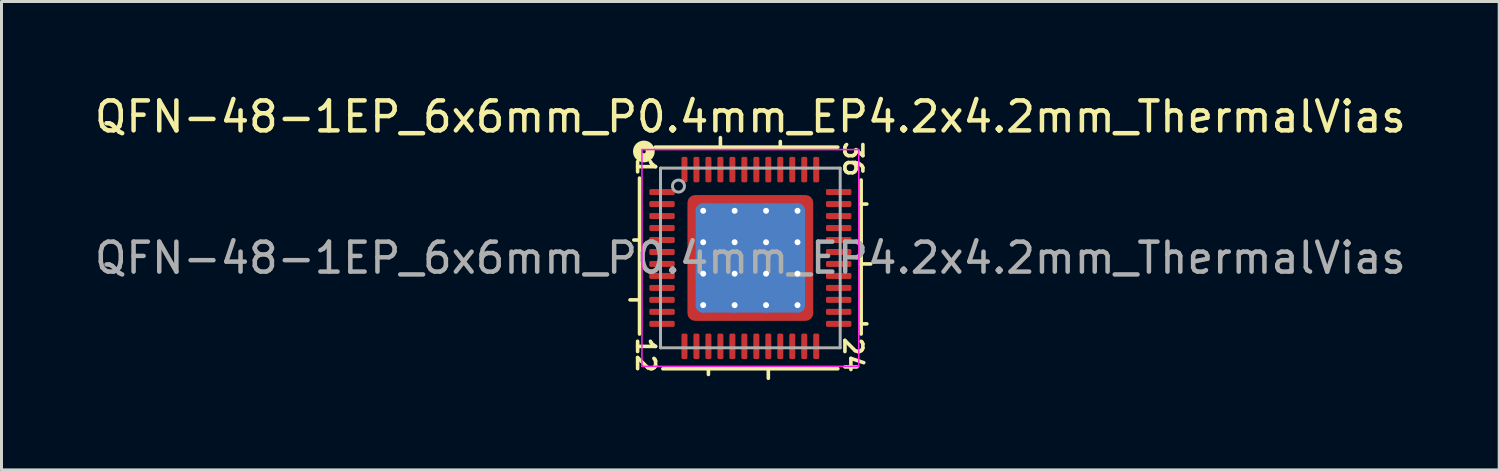
<source format=kicad_pcb>
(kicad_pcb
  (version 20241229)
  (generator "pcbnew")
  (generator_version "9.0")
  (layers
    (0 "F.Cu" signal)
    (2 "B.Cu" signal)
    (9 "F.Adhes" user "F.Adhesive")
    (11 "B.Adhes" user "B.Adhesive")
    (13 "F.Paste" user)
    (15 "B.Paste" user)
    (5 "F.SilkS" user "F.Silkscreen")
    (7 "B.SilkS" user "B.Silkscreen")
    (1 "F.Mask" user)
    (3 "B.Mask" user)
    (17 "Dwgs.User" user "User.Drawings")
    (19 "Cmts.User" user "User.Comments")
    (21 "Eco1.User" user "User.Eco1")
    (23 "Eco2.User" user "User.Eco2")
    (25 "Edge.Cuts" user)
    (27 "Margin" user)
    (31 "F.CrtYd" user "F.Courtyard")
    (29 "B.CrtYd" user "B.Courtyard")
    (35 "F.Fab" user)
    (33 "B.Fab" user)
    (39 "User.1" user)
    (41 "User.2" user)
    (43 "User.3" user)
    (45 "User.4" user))
  (footprint "QFN-48-1EP_6x6mm_P0.4mm_EP4.2x4.2mm_ThermalVias"
    (layer "F.Cu")
    (at 22.006 5.564)
    (property "Reference" "QFN-48-1EP_6x6mm_P0.4mm_EP4.2x4.2mm_ThermalVias" (at 0 -4.716 0) (layer "F.SilkS") (effects (font (size 1 1) (thickness 0.15))))
    (attr smd)
    (fp_line (start -3.7 -2.667) (end -3.7 2.54) (stroke (width 0.12) (type solid)) (layer "F.SilkS"))
    (fp_line (start -3.7 -0.6) (end -3.89 -0.6) (stroke (width 0.12) (type solid)) (layer "F.SilkS"))
    (fp_line (start -3.7 1.4) (end -4.018 1.4) (stroke (width 0.12) (type solid)) (layer "F.SilkS"))
    (fp_line (start -2.921 3.7) (end 2.921 3.7) (stroke (width 0.12) (type solid)) (layer "F.SilkS"))
    (fp_line (start -1.4 3.89) (end -1.4 3.7) (stroke (width 0.12) (type solid)) (layer "F.SilkS"))
    (fp_line (start -1 -3.7) (end -1 -4.018) (stroke (width 0.12) (type solid)) (layer "F.SilkS"))
    (fp_line (start 0.6 3.7) (end 0.6 4.018) (stroke (width 0.12) (type solid)) (layer "F.SilkS"))
    (fp_line (start 1 -3.7) (end 1 -3.89) (stroke (width 0.12) (type solid)) (layer "F.SilkS"))
    (fp_line (start 2.921 -3.7) (end -3.175 -3.7) (stroke (width 0.12) (type solid)) (layer "F.SilkS"))
    (fp_line (start 3.7 -1.8) (end 3.89 -1.8) (stroke (width 0.12) (type solid)) (layer "F.SilkS"))
    (fp_line (start 3.7 0.2) (end 4.018 0.2) (stroke (width 0.12) (type solid)) (layer "F.SilkS"))
    (fp_line (start 3.7 2.2) (end 3.89 2.2) (stroke (width 0.12) (type solid)) (layer "F.SilkS"))
    (fp_line (start 3.7 2.54) (end 3.7 -2.603) (stroke (width 0.12) (type solid)) (layer "F.SilkS"))
    (fp_circle (center -3.556 -3.556) (end -3.493 -3.556) (stroke (width 0.3) (type solid)) (fill no) (layer "F.SilkS"))
    (fp_line (start -3.62 -3.62) (end -3.62 3.62) (stroke (width 0.05) (type solid)) (layer "F.CrtYd"))
    (fp_line (start -3.62 3.62) (end 3.62 3.62) (stroke (width 0.05) (type solid)) (layer "F.CrtYd"))
    (fp_line (start 3.62 -3.62) (end -3.62 -3.62) (stroke (width 0.05) (type solid)) (layer "F.CrtYd"))
    (fp_line (start 3.62 3.62) (end 3.62 -3.62) (stroke (width 0.05) (type solid)) (layer "F.CrtYd"))
    (fp_line (start -3 -3) (end 3 -3) (stroke (width 0.1) (type solid)) (layer "F.Fab"))
    (fp_line (start -3 3) (end -3 -3) (stroke (width 0.1) (type solid)) (layer "F.Fab"))
    (fp_line (start 3 -3) (end 3 3) (stroke (width 0.1) (type solid)) (layer "F.Fab"))
    (fp_line (start 3 3) (end -3 3) (stroke (width 0.1) (type solid)) (layer "F.Fab"))
    (fp_circle (center -2.4 -2.4) (end -2.2 -2.4) (stroke (width 0.1) (type solid)) (fill no) (layer "F.Fab"))
    (fp_text user "12" (at -3.493 3.239 270) (unlocked yes) (layer "F.SilkS") (effects (font (size 0.6 0.6) (thickness 0.12))))
    (fp_text user "1" (at -3.493 -3.048 270) (unlocked yes) (layer "F.SilkS") (effects (font (size 0.6 0.6) (thickness 0.12))))
    (fp_text user "36" (at 3.429 -3.302 270) (unlocked yes) (layer "F.SilkS") (effects (font (size 0.6 0.6) (thickness 0.12))))
    (fp_text user "24" (at 3.429 3.239 270) (unlocked yes) (layer "F.SilkS") (effects (font (size 0.6 0.6) (thickness 0.12))))
    (fp_text user "${REFERENCE}" (at 0 0 0) (layer "F.Fab") (effects (font (size 1 1) (thickness 0.15))))
    (pad "" smd custom (at -1.837 -1.837) (size 0.295 0.295) (layers "F.Paste") (options (anchor circle)) (primitives (gr_poly (pts (xy 0.106 -0.013) (xy -0.013 0.106) (xy -0.106 0.106) (xy -0.106 -0.106) (xy 0.106 -0.106)) (width 0.212) (fill yes))))
    (pad "" smd custom (at -1.837 -1.05) (size 0.331 0.331) (layers "F.Paste") (options (anchor circle)) (primitives (gr_poly (pts (xy 0.12 -0.255) (xy 0.12 0.255) (xy 0.043 0.331) (xy -0.12 0.331) (xy -0.12 -0.331) (xy 0.043 -0.331)) (width 0.184) (fill yes))))
    (pad "" smd custom (at -1.837 0) (size 0.331 0.331) (layers "F.Paste") (options (anchor circle)) (primitives (gr_poly (pts (xy 0.12 -0.255) (xy 0.12 0.255) (xy 0.043 0.331) (xy -0.12 0.331) (xy -0.12 -0.331) (xy 0.043 -0.331)) (width 0.184) (fill yes))))
    (pad "" smd custom (at -1.837 1.05) (size 0.331 0.331) (layers "F.Paste") (options (anchor circle)) (primitives (gr_poly (pts (xy 0.12 -0.255) (xy 0.12 0.255) (xy 0.043 0.331) (xy -0.12 0.331) (xy -0.12 -0.331) (xy 0.043 -0.331)) (width 0.184) (fill yes))))
    (pad "" smd custom (at -1.837 1.837) (size 0.295 0.295) (layers "F.Paste") (options (anchor circle)) (primitives (gr_poly (pts (xy 0.106 0.013) (xy 0.106 0.106) (xy -0.106 0.106) (xy -0.106 -0.106) (xy -0.013 -0.106)) (width 0.212) (fill yes))))
    (pad "" smd custom (at -1.05 -1.837) (size 0.331 0.331) (layers "F.Paste") (options (anchor circle)) (primitives (gr_poly (pts (xy 0.331 0.043) (xy 0.255 0.12) (xy -0.255 0.12) (xy -0.331 0.043) (xy -0.331 -0.12) (xy 0.331 -0.12)) (width 0.184) (fill yes))))
    (pad "" smd roundrect (at -1.05 -1.05) (size 0.847 0.847) (layers "F.Paste") (roundrect_rratio 0.25))
    (pad "" smd roundrect (at -1.05 0) (size 0.847 0.847) (layers "F.Paste") (roundrect_rratio 0.25))
    (pad "" smd roundrect (at -1.05 1.05) (size 0.847 0.847) (layers "F.Paste") (roundrect_rratio 0.25))
    (pad "" smd custom (at -1.05 1.837) (size 0.331 0.331) (layers "F.Paste") (options (anchor circle)) (primitives (gr_poly (pts (xy 0.331 -0.043) (xy 0.331 0.12) (xy -0.331 0.12) (xy -0.331 -0.043) (xy -0.255 -0.12) (xy 0.255 -0.12)) (width 0.184) (fill yes))))
    (pad "" smd custom (at 0 -1.837) (size 0.331 0.331) (layers "F.Paste") (options (anchor circle)) (primitives (gr_poly (pts (xy 0.331 0.043) (xy 0.255 0.12) (xy -0.255 0.12) (xy -0.331 0.043) (xy -0.331 -0.12) (xy 0.331 -0.12)) (width 0.184) (fill yes))))
    (pad "" smd roundrect (at 0 -1.05) (size 0.847 0.847) (layers "F.Paste") (roundrect_rratio 0.25))
    (pad "" smd roundrect (at 0 0) (size 0.847 0.847) (layers "F.Paste") (roundrect_rratio 0.25))
    (pad "" smd roundrect (at 0 1.05) (size 0.847 0.847) (layers "F.Paste") (roundrect_rratio 0.25))
    (pad "" smd custom (at 0 1.837) (size 0.331 0.331) (layers "F.Paste") (options (anchor circle)) (primitives (gr_poly (pts (xy 0.331 -0.043) (xy 0.331 0.12) (xy -0.331 0.12) (xy -0.331 -0.043) (xy -0.255 -0.12) (xy 0.255 -0.12)) (width 0.184) (fill yes))))
    (pad "" smd custom (at 1.05 -1.837) (size 0.331 0.331) (layers "F.Paste") (options (anchor circle)) (primitives (gr_poly (pts (xy 0.331 0.043) (xy 0.255 0.12) (xy -0.255 0.12) (xy -0.331 0.043) (xy -0.331 -0.12) (xy 0.331 -0.12)) (width 0.184) (fill yes))))
    (pad "" smd roundrect (at 1.05 -1.05) (size 0.847 0.847) (layers "F.Paste") (roundrect_rratio 0.25))
    (pad "" smd roundrect (at 1.05 0) (size 0.847 0.847) (layers "F.Paste") (roundrect_rratio 0.25))
    (pad "" smd roundrect (at 1.05 1.05) (size 0.847 0.847) (layers "F.Paste") (roundrect_rratio 0.25))
    (pad "" smd custom (at 1.05 1.837) (size 0.331 0.331) (layers "F.Paste") (options (anchor circle)) (primitives (gr_poly (pts (xy 0.331 -0.043) (xy 0.331 0.12) (xy -0.331 0.12) (xy -0.331 -0.043) (xy -0.255 -0.12) (xy 0.255 -0.12)) (width 0.184) (fill yes))))
    (pad "" smd custom (at 1.837 -1.837) (size 0.295 0.295) (layers "F.Paste") (options (anchor circle)) (primitives (gr_poly (pts (xy 0.106 0.106) (xy 0.013 0.106) (xy -0.106 -0.013) (xy -0.106 -0.106) (xy 0.106 -0.106)) (width 0.212) (fill yes))))
    (pad "" smd custom (at 1.837 -1.05) (size 0.331 0.331) (layers "F.Paste") (options (anchor circle)) (primitives (gr_poly (pts (xy 0.12 0.331) (xy -0.043 0.331) (xy -0.12 0.255) (xy -0.12 -0.255) (xy -0.043 -0.331) (xy 0.12 -0.331)) (width 0.184) (fill yes))))
    (pad "" smd custom (at 1.837 0) (size 0.331 0.331) (layers "F.Paste") (options (anchor circle)) (primitives (gr_poly (pts (xy 0.12 0.331) (xy -0.043 0.331) (xy -0.12 0.255) (xy -0.12 -0.255) (xy -0.043 -0.331) (xy 0.12 -0.331)) (width 0.184) (fill yes))))
    (pad "" smd custom (at 1.837 1.05) (size 0.331 0.331) (layers "F.Paste") (options (anchor circle)) (primitives (gr_poly (pts (xy 0.12 0.331) (xy -0.043 0.331) (xy -0.12 0.255) (xy -0.12 -0.255) (xy -0.043 -0.331) (xy 0.12 -0.331)) (width 0.184) (fill yes))))
    (pad "" smd custom (at 1.837 1.837) (size 0.295 0.295) (layers "F.Paste") (options (anchor circle)) (primitives (gr_poly (pts (xy 0.106 0.106) (xy -0.106 0.106) (xy -0.106 0.013) (xy 0.013 -0.106) (xy 0.106 -0.106)) (width 0.212) (fill yes))))
    (pad "1" smd roundrect (at -2.95 -2.2) (size 0.85 0.2) (layers "F.Cu" "F.Mask" "F.Paste") (roundrect_rratio 0.25))
    (pad "2" smd roundrect (at -2.95 -1.8) (size 0.85 0.2) (layers "F.Cu" "F.Mask" "F.Paste") (roundrect_rratio 0.25))
    (pad "3" smd roundrect (at -2.95 -1.4) (size 0.85 0.2) (layers "F.Cu" "F.Mask" "F.Paste") (roundrect_rratio 0.25))
    (pad "4" smd roundrect (at -2.95 -1) (size 0.85 0.2) (layers "F.Cu" "F.Mask" "F.Paste") (roundrect_rratio 0.25))
    (pad "5" smd roundrect (at -2.95 -0.6) (size 0.85 0.2) (layers "F.Cu" "F.Mask" "F.Paste") (roundrect_rratio 0.25))
    (pad "6" smd roundrect (at -2.95 -0.2) (size 0.85 0.2) (layers "F.Cu" "F.Mask" "F.Paste") (roundrect_rratio 0.25))
    (pad "7" smd roundrect (at -2.95 0.2) (size 0.85 0.2) (layers "F.Cu" "F.Mask" "F.Paste") (roundrect_rratio 0.25))
    (pad "8" smd roundrect (at -2.95 0.6) (size 0.85 0.2) (layers "F.Cu" "F.Mask" "F.Paste") (roundrect_rratio 0.25))
    (pad "9" smd roundrect (at -2.95 1) (size 0.85 0.2) (layers "F.Cu" "F.Mask" "F.Paste") (roundrect_rratio 0.25))
    (pad "10" smd roundrect (at -2.95 1.4) (size 0.85 0.2) (layers "F.Cu" "F.Mask" "F.Paste") (roundrect_rratio 0.25))
    (pad "11" smd roundrect (at -2.95 1.8) (size 0.85 0.2) (layers "F.Cu" "F.Mask" "F.Paste") (roundrect_rratio 0.25))
    (pad "12" smd roundrect (at -2.95 2.2) (size 0.85 0.2) (layers "F.Cu" "F.Mask" "F.Paste") (roundrect_rratio 0.25))
    (pad "13" smd roundrect (at -2.2 2.95) (size 0.2 0.85) (layers "F.Cu" "F.Mask" "F.Paste") (roundrect_rratio 0.25))
    (pad "14" smd roundrect (at -1.8 2.95) (size 0.2 0.85) (layers "F.Cu" "F.Mask" "F.Paste") (roundrect_rratio 0.25))
    (pad "15" smd roundrect (at -1.4 2.95) (size 0.2 0.85) (layers "F.Cu" "F.Mask" "F.Paste") (roundrect_rratio 0.25))
    (pad "16" smd roundrect (at -1 2.95) (size 0.2 0.85) (layers "F.Cu" "F.Mask" "F.Paste") (roundrect_rratio 0.25))
    (pad "17" smd roundrect (at -0.6 2.95) (size 0.2 0.85) (layers "F.Cu" "F.Mask" "F.Paste") (roundrect_rratio 0.25))
    (pad "18" smd roundrect (at -0.2 2.95) (size 0.2 0.85) (layers "F.Cu" "F.Mask" "F.Paste") (roundrect_rratio 0.25))
    (pad "19" smd roundrect (at 0.2 2.95) (size 0.2 0.85) (layers "F.Cu" "F.Mask" "F.Paste") (roundrect_rratio 0.25))
    (pad "20" smd roundrect (at 0.6 2.95) (size 0.2 0.85) (layers "F.Cu" "F.Mask" "F.Paste") (roundrect_rratio 0.25))
    (pad "21" smd roundrect (at 1 2.95) (size 0.2 0.85) (layers "F.Cu" "F.Mask" "F.Paste") (roundrect_rratio 0.25))
    (pad "22" smd roundrect (at 1.4 2.95) (size 0.2 0.85) (layers "F.Cu" "F.Mask" "F.Paste") (roundrect_rratio 0.25))
    (pad "23" smd roundrect (at 1.8 2.95) (size 0.2 0.85) (layers "F.Cu" "F.Mask" "F.Paste") (roundrect_rratio 0.25))
    (pad "24" smd roundrect (at 2.2 2.95) (size 0.2 0.85) (layers "F.Cu" "F.Mask" "F.Paste") (roundrect_rratio 0.25))
    (pad "25" smd roundrect (at 2.95 2.2) (size 0.85 0.2) (layers "F.Cu" "F.Mask" "F.Paste") (roundrect_rratio 0.25))
    (pad "26" smd roundrect (at 2.95 1.8) (size 0.85 0.2) (layers "F.Cu" "F.Mask" "F.Paste") (roundrect_rratio 0.25))
    (pad "27" smd roundrect (at 2.95 1.4) (size 0.85 0.2) (layers "F.Cu" "F.Mask" "F.Paste") (roundrect_rratio 0.25))
    (pad "28" smd roundrect (at 2.95 1) (size 0.85 0.2) (layers "F.Cu" "F.Mask" "F.Paste") (roundrect_rratio 0.25))
    (pad "29" smd roundrect (at 2.95 0.6) (size 0.85 0.2) (layers "F.Cu" "F.Mask" "F.Paste") (roundrect_rratio 0.25))
    (pad "30" smd roundrect (at 2.95 0.2) (size 0.85 0.2) (layers "F.Cu" "F.Mask" "F.Paste") (roundrect_rratio 0.25))
    (pad "31" smd roundrect (at 2.95 -0.2) (size 0.85 0.2) (layers "F.Cu" "F.Mask" "F.Paste") (roundrect_rratio 0.25))
    (pad "32" smd roundrect (at 2.95 -0.6) (size 0.85 0.2) (layers "F.Cu" "F.Mask" "F.Paste") (roundrect_rratio 0.25))
    (pad "33" smd roundrect (at 2.95 -1) (size 0.85 0.2) (layers "F.Cu" "F.Mask" "F.Paste") (roundrect_rratio 0.25))
    (pad "34" smd roundrect (at 2.95 -1.4) (size 0.85 0.2) (layers "F.Cu" "F.Mask" "F.Paste") (roundrect_rratio 0.25))
    (pad "35" smd roundrect (at 2.95 -1.8) (size 0.85 0.2) (layers "F.Cu" "F.Mask" "F.Paste") (roundrect_rratio 0.25))
    (pad "36" smd roundrect (at 2.95 -2.2) (size 0.85 0.2) (layers "F.Cu" "F.Mask" "F.Paste") (roundrect_rratio 0.25))
    (pad "37" smd roundrect (at 2.2 -2.95) (size 0.2 0.85) (layers "F.Cu" "F.Mask" "F.Paste") (roundrect_rratio 0.25))
    (pad "38" smd roundrect (at 1.8 -2.95) (size 0.2 0.85) (layers "F.Cu" "F.Mask" "F.Paste") (roundrect_rratio 0.25))
    (pad "39" smd roundrect (at 1.4 -2.95) (size 0.2 0.85) (layers "F.Cu" "F.Mask" "F.Paste") (roundrect_rratio 0.25))
    (pad "40" smd roundrect (at 1 -2.95) (size 0.2 0.85) (layers "F.Cu" "F.Mask" "F.Paste") (roundrect_rratio 0.25))
    (pad "41" smd roundrect (at 0.6 -2.95) (size 0.2 0.85) (layers "F.Cu" "F.Mask" "F.Paste") (roundrect_rratio 0.25))
    (pad "42" smd roundrect (at 0.2 -2.95) (size 0.2 0.85) (layers "F.Cu" "F.Mask" "F.Paste") (roundrect_rratio 0.25))
    (pad "43" smd roundrect (at -0.2 -2.95) (size 0.2 0.85) (layers "F.Cu" "F.Mask" "F.Paste") (roundrect_rratio 0.25))
    (pad "44" smd roundrect (at -0.6 -2.95) (size 0.2 0.85) (layers "F.Cu" "F.Mask" "F.Paste") (roundrect_rratio 0.25))
    (pad "45" smd roundrect (at -1 -2.95) (size 0.2 0.85) (layers "F.Cu" "F.Mask" "F.Paste") (roundrect_rratio 0.25))
    (pad "46" smd roundrect (at -1.4 -2.95) (size 0.2 0.85) (layers "F.Cu" "F.Mask" "F.Paste") (roundrect_rratio 0.25))
    (pad "47" smd roundrect (at -1.8 -2.95) (size 0.2 0.85) (layers "F.Cu" "F.Mask" "F.Paste") (roundrect_rratio 0.25))
    (pad "48" smd roundrect (at -2.2 -2.95) (size 0.2 0.85) (layers "F.Cu" "F.Mask" "F.Paste") (roundrect_rratio 0.25))
    (pad "49" thru_hole circle (at -1.575 -1.575) (size 0.5 0.5) (drill 0.2) (property pad_prop_heatsink) (layers "*.Cu"))
    (pad "49" thru_hole circle (at -1.575 -0.525) (size 0.5 0.5) (drill 0.2) (property pad_prop_heatsink) (layers "*.Cu"))
    (pad "49" thru_hole circle (at -1.575 0.525) (size 0.5 0.5) (drill 0.2) (property pad_prop_heatsink) (layers "*.Cu"))
    (pad "49" thru_hole circle (at -1.575 1.575) (size 0.5 0.5) (drill 0.2) (property pad_prop_heatsink) (layers "*.Cu"))
    (pad "49" thru_hole circle (at -0.525 -1.575) (size 0.5 0.5) (drill 0.2) (property pad_prop_heatsink) (layers "*.Cu"))
    (pad "49" thru_hole circle (at -0.525 -0.525) (size 0.5 0.5) (drill 0.2) (property pad_prop_heatsink) (layers "*.Cu"))
    (pad "49" thru_hole circle (at -0.525 0.525) (size 0.5 0.5) (drill 0.2) (property pad_prop_heatsink) (layers "*.Cu"))
    (pad "49" thru_hole circle (at -0.525 1.575) (size 0.5 0.5) (drill 0.2) (property pad_prop_heatsink) (layers "*.Cu"))
    (pad "49" smd roundrect (at 0 0) (size 3.65 3.65) (layers "B.Cu" "B.Mask") (roundrect_rratio 0.068))
    (pad "49" smd roundrect (at 0 0) (size 4.2 4.2) (layers "F.Cu" "F.Mask") (roundrect_rratio 0.06))
    (pad "49" thru_hole circle (at 0.525 -1.575) (size 0.5 0.5) (drill 0.2) (property pad_prop_heatsink) (layers "*.Cu"))
    (pad "49" thru_hole circle (at 0.525 -0.525) (size 0.5 0.5) (drill 0.2) (property pad_prop_heatsink) (layers "*.Cu"))
    (pad "49" thru_hole circle (at 0.525 0.525) (size 0.5 0.5) (drill 0.2) (property pad_prop_heatsink) (layers "*.Cu"))
    (pad "49" thru_hole circle (at 0.525 1.575) (size 0.5 0.5) (drill 0.2) (property pad_prop_heatsink) (layers "*.Cu"))
    (pad "49" thru_hole circle (at 1.575 -1.575) (size 0.5 0.5) (drill 0.2) (property pad_prop_heatsink) (layers "*.Cu"))
    (pad "49" thru_hole circle (at 1.575 -0.525) (size 0.5 0.5) (drill 0.2) (property pad_prop_heatsink) (layers "*.Cu"))
    (pad "49" thru_hole circle (at 1.575 0.525) (size 0.5 0.5) (drill 0.2) (property pad_prop_heatsink) (layers "*.Cu"))
    (pad "49" thru_hole circle (at 1.575 1.575) (size 0.5 0.5) (drill 0.2) (property pad_prop_heatsink) (layers "*.Cu")))
  (gr_rect
    (start -3 -3)
    (end 47.012 12.642)
    (stroke (width 0.1) (type default))
    (fill no)
    (layer "Edge.Cuts")))
</source>
